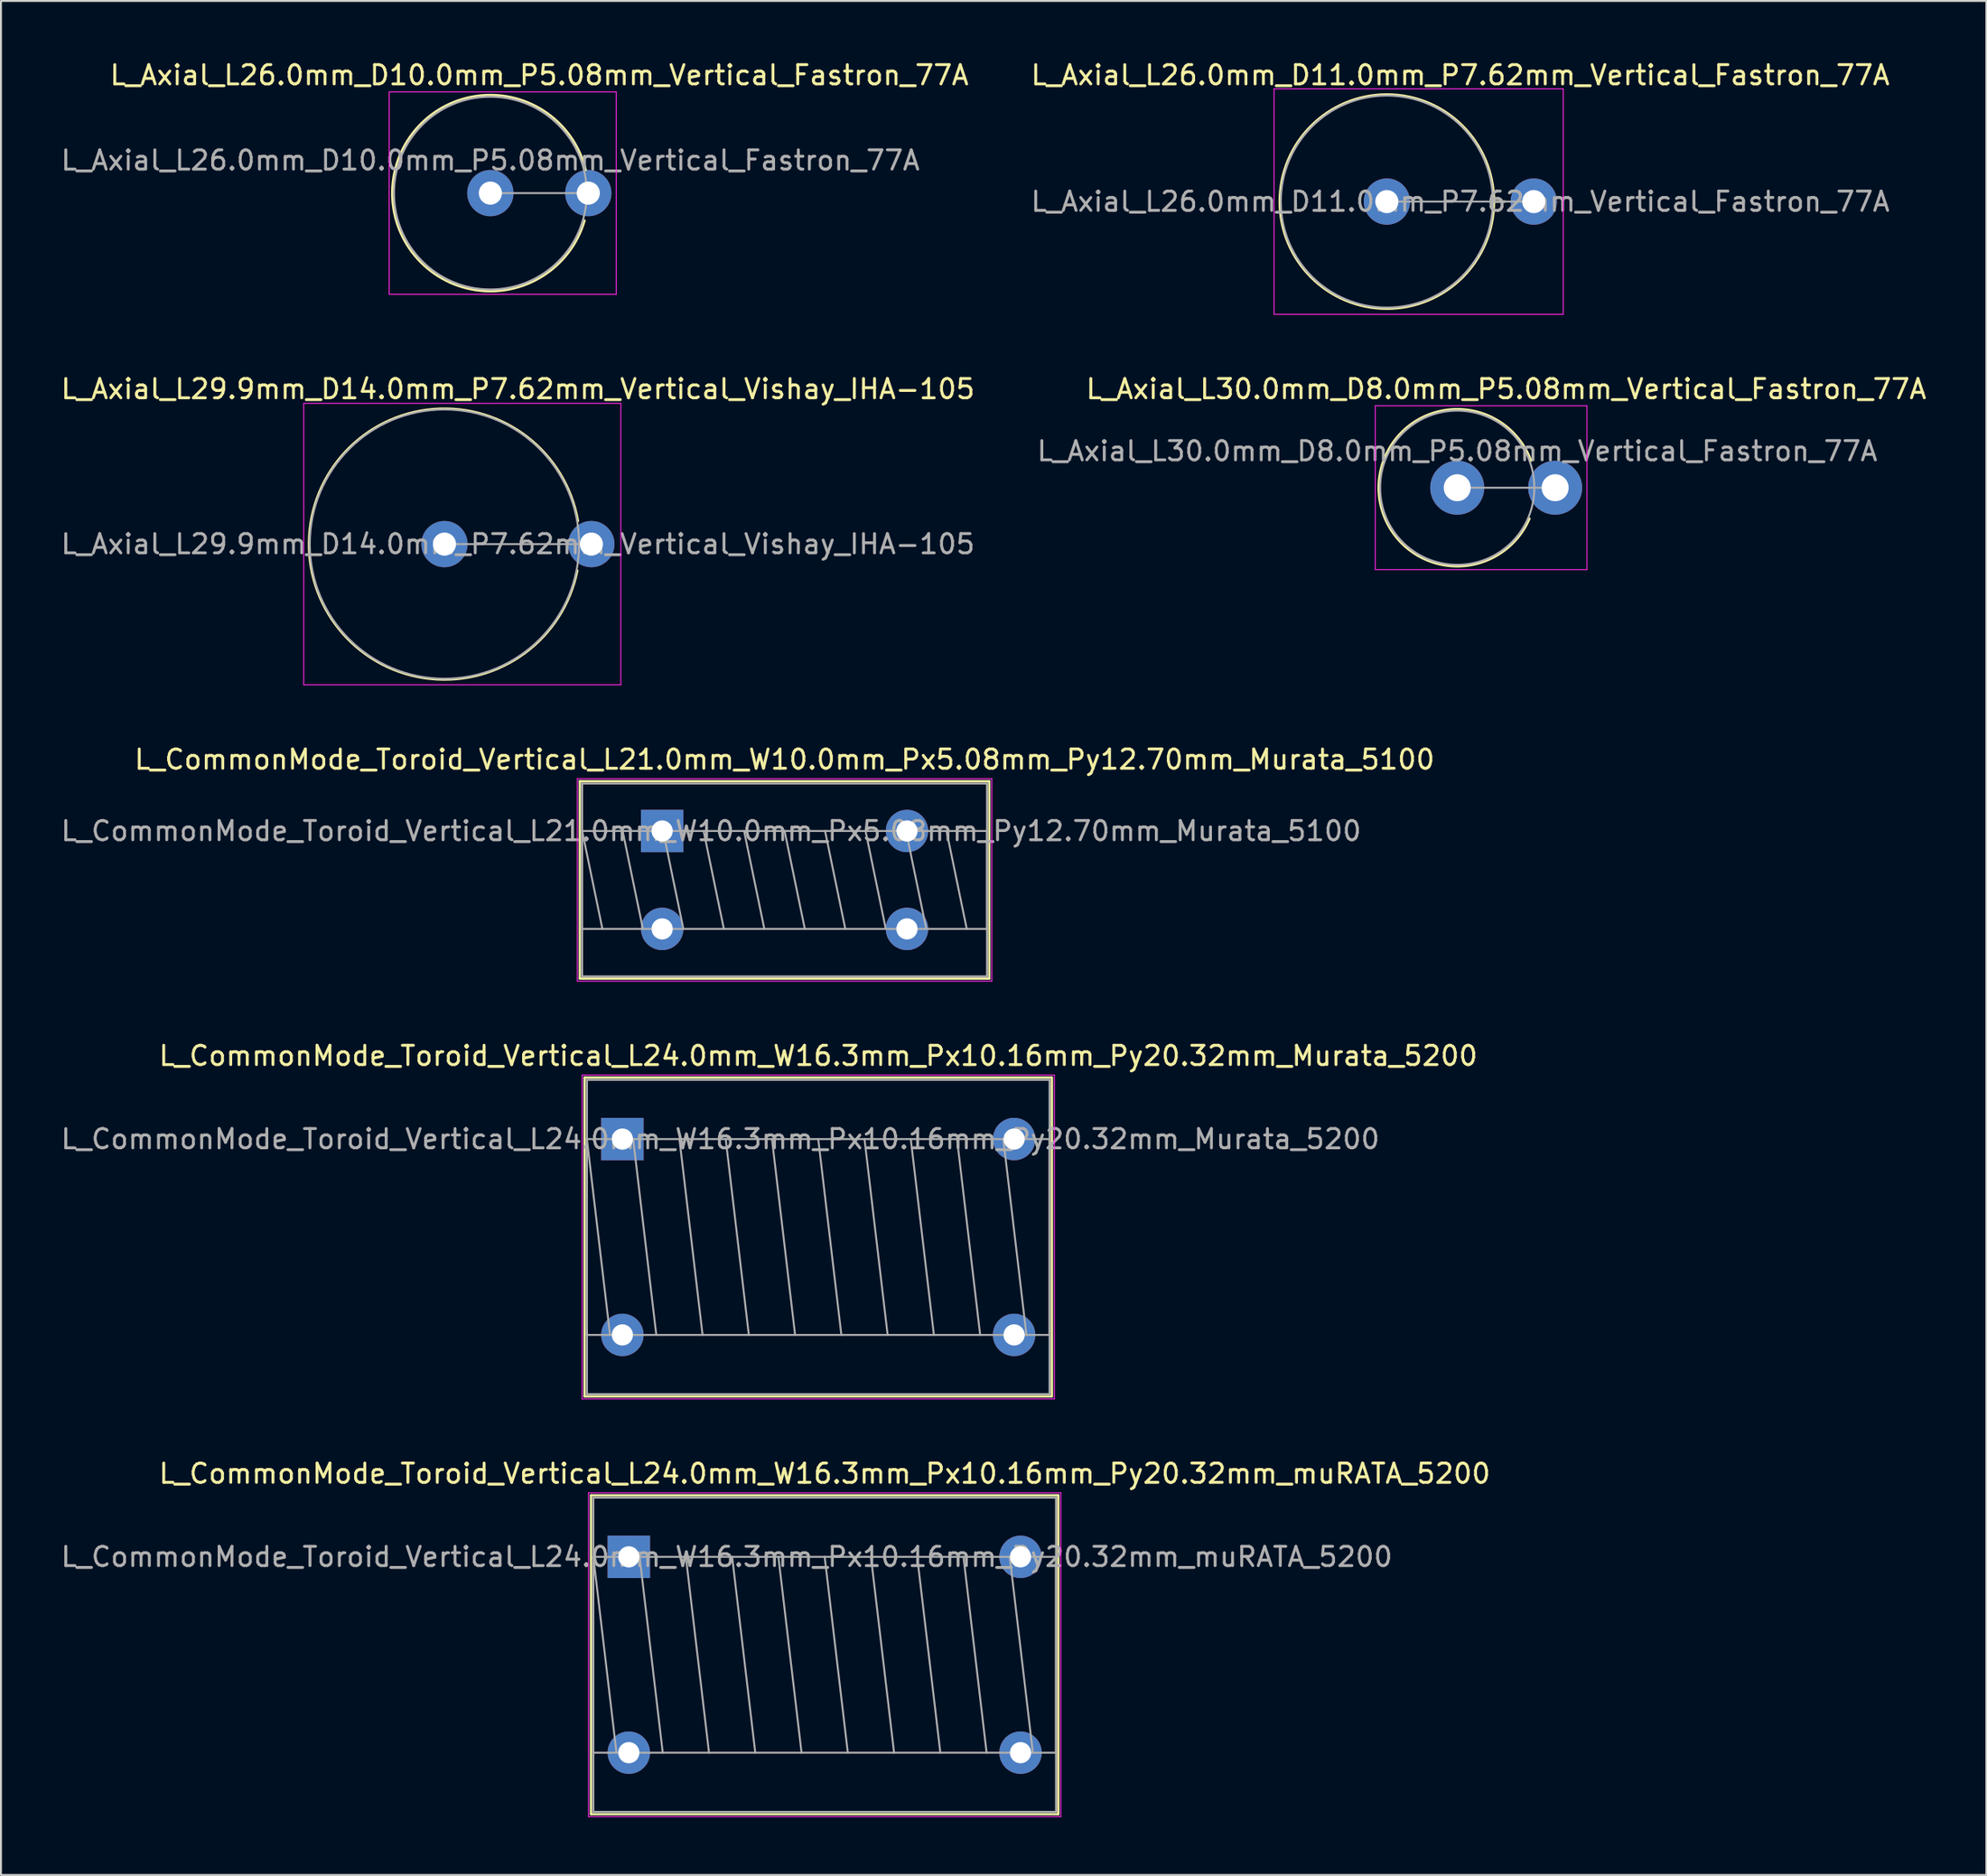
<source format=kicad_pcb>
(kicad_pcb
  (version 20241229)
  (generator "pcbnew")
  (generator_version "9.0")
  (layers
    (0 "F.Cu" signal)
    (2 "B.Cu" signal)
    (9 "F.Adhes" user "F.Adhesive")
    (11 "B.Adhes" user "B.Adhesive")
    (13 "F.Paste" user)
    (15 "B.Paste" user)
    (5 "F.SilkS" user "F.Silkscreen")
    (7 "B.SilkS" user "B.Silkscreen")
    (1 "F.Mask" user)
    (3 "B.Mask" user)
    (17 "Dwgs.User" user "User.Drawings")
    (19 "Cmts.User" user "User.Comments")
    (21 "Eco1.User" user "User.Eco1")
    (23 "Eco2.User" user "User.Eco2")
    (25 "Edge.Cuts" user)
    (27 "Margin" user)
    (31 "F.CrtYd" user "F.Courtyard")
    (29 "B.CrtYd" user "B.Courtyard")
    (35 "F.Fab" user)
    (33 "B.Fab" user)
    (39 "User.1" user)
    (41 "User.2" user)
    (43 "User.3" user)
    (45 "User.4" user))
  (footprint "L_Axial_L26.0mm_D11.0mm_P7.62mm_Vertical_Fastron_77A"
    (layer "F.Cu")
    (at 68.891 7.408)
    (property "Reference" "L_Axial_L26.0mm_D11.0mm_P7.62mm_Vertical_Fastron_77A" (at 3.81 -6.56 0) (layer "F.SilkS") (effects (font (size 1 1) (thickness 0.15))))
    (attr through_hole)
    (fp_line (start 5.56 0) (end 6.12 0) (stroke (width 0.12) (type solid)) (layer "F.SilkS"))
    (fp_circle (center 0 0) (end 5.56 0) (stroke (width 0.12) (type solid)) (fill no) (layer "F.SilkS"))
    (fp_line (start -5.85 -5.85) (end -5.85 5.85) (stroke (width 0.05) (type solid)) (layer "F.CrtYd"))
    (fp_line (start -5.85 5.85) (end 9.15 5.85) (stroke (width 0.05) (type solid)) (layer "F.CrtYd"))
    (fp_line (start 9.15 -5.85) (end -5.85 -5.85) (stroke (width 0.05) (type solid)) (layer "F.CrtYd"))
    (fp_line (start 9.15 5.85) (end 9.15 -5.85) (stroke (width 0.05) (type solid)) (layer "F.CrtYd"))
    (fp_line (start 0 0) (end 7.62 0) (stroke (width 0.1) (type solid)) (layer "F.Fab"))
    (fp_circle (center 0 0) (end 5.5 0) (stroke (width 0.1) (type solid)) (fill no) (layer "F.Fab"))
    (fp_text user "${REFERENCE}" (at 3.81 0 0) (layer "F.Fab") (effects (font (size 1 1) (thickness 0.15))))
    (pad "1" thru_hole circle (at 0 0) (size 2.4 2.4) (drill 1.2) (layers "*.Cu" "*.Mask"))
    (pad "2" thru_hole oval (at 7.62 0) (size 2.4 2.4) (drill 1.2) (layers "*.Cu" "*.Mask")))
  (footprint "L_Axial_L29.9mm_D14.0mm_P7.62mm_Vertical_Vishay_IHA-105"
    (layer "F.Cu")
    (at 20.005 25.177)
    (property "Reference" "L_Axial_L29.9mm_D14.0mm_P7.62mm_Vertical_Vishay_IHA-105" (at 3.81 -8.045 0) (layer "F.SilkS") (effects (font (size 1 1) (thickness 0.15))))
    (attr through_hole)
    (fp_arc (start 6.893528 1.373753) (mid -7.028522 -0.08837) (end 6.925888 -1.2) (stroke (width 0.12) (type solid)) (layer "F.SilkS"))
    (fp_line (start -7.3 -7.3) (end -7.3 7.3) (stroke (width 0.05) (type solid)) (layer "F.CrtYd"))
    (fp_line (start -7.3 7.3) (end 9.15 7.3) (stroke (width 0.05) (type solid)) (layer "F.CrtYd"))
    (fp_line (start 9.15 -7.3) (end -7.3 -7.3) (stroke (width 0.05) (type solid)) (layer "F.CrtYd"))
    (fp_line (start 9.15 7.3) (end 9.15 -7.3) (stroke (width 0.05) (type solid)) (layer "F.CrtYd"))
    (fp_line (start 0 0) (end 7.62 0) (stroke (width 0.1) (type solid)) (layer "F.Fab"))
    (fp_circle (center 0 0) (end 6.985 0) (stroke (width 0.1) (type solid)) (fill no) (layer "F.Fab"))
    (fp_text user "${REFERENCE}" (at 3.81 0 0) (layer "F.Fab") (effects (font (size 1 1) (thickness 0.15))))
    (pad "1" thru_hole circle (at 0 0) (size 2.4 2.4) (drill 1.2) (layers "*.Cu" "*.Mask"))
    (pad "2" thru_hole oval (at 7.62 0) (size 2.4 2.4) (drill 1.2) (layers "*.Cu" "*.Mask")))
  (footprint "L_Axial_L30.0mm_D8.0mm_P5.08mm_Vertical_Fastron_77A"
    (layer "F.Cu")
    (at 72.542 22.252)
    (property "Reference" "L_Axial_L30.0mm_D8.0mm_P5.08mm_Vertical_Fastron_77A" (at 2.54 -5.12 0) (layer "F.SilkS") (effects (font (size 1 1) (thickness 0.15))))
    (attr through_hole)
    (fp_arc (start 3.747027 1.607417) (mid -4.075727 -0.11158) (end 3.82936 -1.4) (stroke (width 0.12) (type solid)) (layer "F.SilkS"))
    (fp_line (start -4.25 -4.25) (end -4.25 4.25) (stroke (width 0.05) (type solid)) (layer "F.CrtYd"))
    (fp_line (start -4.25 4.25) (end 6.73 4.25) (stroke (width 0.05) (type solid)) (layer "F.CrtYd"))
    (fp_line (start 6.73 -4.25) (end -4.25 -4.25) (stroke (width 0.05) (type solid)) (layer "F.CrtYd"))
    (fp_line (start 6.73 4.25) (end 6.73 -4.25) (stroke (width 0.05) (type solid)) (layer "F.CrtYd"))
    (fp_line (start 0 0) (end 5.08 0) (stroke (width 0.1) (type solid)) (layer "F.Fab"))
    (fp_circle (center 0 0) (end 4 0) (stroke (width 0.1) (type solid)) (fill no) (layer "F.Fab"))
    (fp_text user "${REFERENCE}" (at 0 -1.9 0) (layer "F.Fab") (effects (font (size 1 1) (thickness 0.15))))
    (pad "1" thru_hole circle (at 0 0) (size 2.8 2.8) (drill 1.4) (layers "*.Cu" "*.Mask"))
    (pad "2" thru_hole oval (at 5.08 0) (size 2.8 2.8) (drill 1.4) (layers "*.Cu" "*.Mask")))
  (footprint "L_Axial_L26.0mm_D10.0mm_P5.08mm_Vertical_Fastron_77A"
    (layer "F.Cu")
    (at 22.387 6.968)
    (property "Reference" "L_Axial_L26.0mm_D10.0mm_P5.08mm_Vertical_Fastron_77A" (at 2.54 -6.12 0) (layer "F.SilkS") (effects (font (size 1 1) (thickness 0.15))))
    (attr through_hole)
    (fp_arc (start 4.887113 1.424123) (mid -5.089062 -0.115982) (end 4.946918 -1.2) (stroke (width 0.12) (type solid)) (layer "F.SilkS"))
    (fp_line (start -5.25 -5.25) (end -5.25 5.25) (stroke (width 0.05) (type solid)) (layer "F.CrtYd"))
    (fp_line (start -5.25 5.25) (end 6.53 5.25) (stroke (width 0.05) (type solid)) (layer "F.CrtYd"))
    (fp_line (start 6.53 -5.25) (end -5.25 -5.25) (stroke (width 0.05) (type solid)) (layer "F.CrtYd"))
    (fp_line (start 6.53 5.25) (end 6.53 -5.25) (stroke (width 0.05) (type solid)) (layer "F.CrtYd"))
    (fp_line (start 0 0) (end 5.08 0) (stroke (width 0.1) (type solid)) (layer "F.Fab"))
    (fp_circle (center 0 0) (end 5 0) (stroke (width 0.1) (type solid)) (fill no) (layer "F.Fab"))
    (fp_text user "${REFERENCE}" (at 0 -1.7 0) (layer "F.Fab") (effects (font (size 1 1) (thickness 0.15))))
    (pad "1" thru_hole circle (at 0 0) (size 2.4 2.4) (drill 1.2) (layers "*.Cu" "*.Mask"))
    (pad "2" thru_hole oval (at 5.08 0) (size 2.4 2.4) (drill 1.2) (layers "*.Cu" "*.Mask")))
  (footprint "L_CommonMode_Toroid_Vertical_L21.0mm_W10.0mm_Px5.08mm_Py12.70mm_Murata_5100"
    (layer "F.Cu")
    (at 31.299 40.06)
    (property "Reference" "L_CommonMode_Toroid_Vertical_L21.0mm_W10.0mm_Px5.08mm_Py12.70mm_Murata_5100" (at 6.35 -3.71 0) (layer "F.SilkS") (effects (font (size 1 1) (thickness 0.15))))
    (attr through_hole)
    (fp_line (start -4.27 -2.58) (end -4.27 7.66) (stroke (width 0.12) (type solid)) (layer "F.SilkS"))
    (fp_line (start -4.27 -2.58) (end 16.97 -2.58) (stroke (width 0.12) (type solid)) (layer "F.SilkS"))
    (fp_line (start -4.27 7.66) (end 16.97 7.66) (stroke (width 0.12) (type solid)) (layer "F.SilkS"))
    (fp_line (start 16.97 -2.58) (end 16.97 7.66) (stroke (width 0.12) (type solid)) (layer "F.SilkS"))
    (fp_line (start -4.4 -2.71) (end -4.4 7.79) (stroke (width 0.05) (type solid)) (layer "F.CrtYd"))
    (fp_line (start -4.4 7.79) (end 17.1 7.79) (stroke (width 0.05) (type solid)) (layer "F.CrtYd"))
    (fp_line (start 17.1 -2.71) (end -4.4 -2.71) (stroke (width 0.05) (type solid)) (layer "F.CrtYd"))
    (fp_line (start 17.1 7.79) (end 17.1 -2.71) (stroke (width 0.05) (type solid)) (layer "F.CrtYd"))
    (fp_line (start -4.15 -2.46) (end -4.15 7.54) (stroke (width 0.1) (type solid)) (layer "F.Fab"))
    (fp_line (start -4.15 0) (end -4.15 5.08) (stroke (width 0.1) (type solid)) (layer "F.Fab"))
    (fp_line (start -4.15 0) (end -3.1 5.08) (stroke (width 0.1) (type solid)) (layer "F.Fab"))
    (fp_line (start -4.15 5.08) (end 16.85 5.08) (stroke (width 0.1) (type solid)) (layer "F.Fab"))
    (fp_line (start -4.15 7.54) (end 16.85 7.54) (stroke (width 0.1) (type solid)) (layer "F.Fab"))
    (fp_line (start -2.05 0) (end -1 5.08) (stroke (width 0.1) (type solid)) (layer "F.Fab"))
    (fp_line (start 0.05 0) (end 1.1 5.08) (stroke (width 0.1) (type solid)) (layer "F.Fab"))
    (fp_line (start 2.15 0) (end 3.2 5.08) (stroke (width 0.1) (type solid)) (layer "F.Fab"))
    (fp_line (start 4.25 0) (end 5.3 5.08) (stroke (width 0.1) (type solid)) (layer "F.Fab"))
    (fp_line (start 6.35 0) (end 7.4 5.08) (stroke (width 0.1) (type solid)) (layer "F.Fab"))
    (fp_line (start 8.45 0) (end 9.5 5.08) (stroke (width 0.1) (type solid)) (layer "F.Fab"))
    (fp_line (start 10.55 0) (end 11.6 5.08) (stroke (width 0.1) (type solid)) (layer "F.Fab"))
    (fp_line (start 12.65 0) (end 13.7 5.08) (stroke (width 0.1) (type solid)) (layer "F.Fab"))
    (fp_line (start 14.75 0) (end 15.8 5.08) (stroke (width 0.1) (type solid)) (layer "F.Fab"))
    (fp_line (start 16.85 -2.46) (end -4.15 -2.46) (stroke (width 0.1) (type solid)) (layer "F.Fab"))
    (fp_line (start 16.85 0) (end -4.15 0) (stroke (width 0.1) (type solid)) (layer "F.Fab"))
    (fp_line (start 16.85 5.08) (end 16.85 0) (stroke (width 0.1) (type solid)) (layer "F.Fab"))
    (fp_line (start 16.85 7.54) (end 16.85 -2.46) (stroke (width 0.1) (type solid)) (layer "F.Fab"))
    (fp_text user "${REFERENCE}" (at 2.54 0 0) (layer "F.Fab") (effects (font (size 1 1) (thickness 0.15))))
    (pad "1" thru_hole rect (at 0 0) (size 2.2 2.2) (drill 1.1) (layers "*.Cu" "*.Mask"))
    (pad "2" thru_hole circle (at 0 5.08) (size 2.2 2.2) (drill 1.1) (layers "*.Cu" "*.Mask"))
    (pad "3" thru_hole circle (at 12.7 5.08) (size 2.2 2.2) (drill 1.1) (layers "*.Cu" "*.Mask"))
    (pad "4" thru_hole circle (at 12.7 0) (size 2.2 2.2) (drill 1.1) (layers "*.Cu" "*.Mask")))
  (footprint "L_CommonMode_Toroid_Vertical_L24.0mm_W16.3mm_Px10.16mm_Py20.32mm_muRATA_5200"
    (layer "F.Cu")
    (at 29.569 77.716)
    (property "Reference" "L_CommonMode_Toroid_Vertical_L24.0mm_W16.3mm_Px10.16mm_Py20.32mm_muRATA_5200" (at 10.16 -4.32 0) (layer "F.SilkS") (effects (font (size 1 1) (thickness 0.15))))
    (attr through_hole)
    (fp_line (start -1.96 -3.19) (end -1.96 13.35) (stroke (width 0.12) (type solid)) (layer "F.SilkS"))
    (fp_line (start -1.96 -3.19) (end 22.28 -3.19) (stroke (width 0.12) (type solid)) (layer "F.SilkS"))
    (fp_line (start -1.96 13.35) (end 22.28 13.35) (stroke (width 0.12) (type solid)) (layer "F.SilkS"))
    (fp_line (start 22.28 -3.19) (end 22.28 13.35) (stroke (width 0.12) (type solid)) (layer "F.SilkS"))
    (fp_line (start -2.09 -3.32) (end -2.09 13.48) (stroke (width 0.05) (type solid)) (layer "F.CrtYd"))
    (fp_line (start -2.09 13.48) (end 22.41 13.48) (stroke (width 0.05) (type solid)) (layer "F.CrtYd"))
    (fp_line (start 22.41 -3.32) (end -2.09 -3.32) (stroke (width 0.05) (type solid)) (layer "F.CrtYd"))
    (fp_line (start 22.41 13.48) (end 22.41 -3.32) (stroke (width 0.05) (type solid)) (layer "F.CrtYd"))
    (fp_line (start -1.84 -3.07) (end -1.84 13.23) (stroke (width 0.1) (type solid)) (layer "F.Fab"))
    (fp_line (start -1.84 0) (end -1.84 10.16) (stroke (width 0.1) (type solid)) (layer "F.Fab"))
    (fp_line (start -1.84 0) (end -0.64 10.16) (stroke (width 0.1) (type solid)) (layer "F.Fab"))
    (fp_line (start -1.84 10.16) (end 22.16 10.16) (stroke (width 0.1) (type solid)) (layer "F.Fab"))
    (fp_line (start -1.84 13.23) (end 22.16 13.23) (stroke (width 0.1) (type solid)) (layer "F.Fab"))
    (fp_line (start 0.56 0) (end 1.76 10.16) (stroke (width 0.1) (type solid)) (layer "F.Fab"))
    (fp_line (start 2.96 0) (end 4.16 10.16) (stroke (width 0.1) (type solid)) (layer "F.Fab"))
    (fp_line (start 5.36 0) (end 6.56 10.16) (stroke (width 0.1) (type solid)) (layer "F.Fab"))
    (fp_line (start 7.76 0) (end 8.96 10.16) (stroke (width 0.1) (type solid)) (layer "F.Fab"))
    (fp_line (start 10.16 0) (end 11.36 10.16) (stroke (width 0.1) (type solid)) (layer "F.Fab"))
    (fp_line (start 12.56 0) (end 13.76 10.16) (stroke (width 0.1) (type solid)) (layer "F.Fab"))
    (fp_line (start 14.96 0) (end 16.16 10.16) (stroke (width 0.1) (type solid)) (layer "F.Fab"))
    (fp_line (start 17.36 0) (end 18.56 10.16) (stroke (width 0.1) (type solid)) (layer "F.Fab"))
    (fp_line (start 19.76 0) (end 20.96 10.16) (stroke (width 0.1) (type solid)) (layer "F.Fab"))
    (fp_line (start 22.16 -3.07) (end -1.84 -3.07) (stroke (width 0.1) (type solid)) (layer "F.Fab"))
    (fp_line (start 22.16 0) (end -1.84 0) (stroke (width 0.1) (type solid)) (layer "F.Fab"))
    (fp_line (start 22.16 10.16) (end 22.16 0) (stroke (width 0.1) (type solid)) (layer "F.Fab"))
    (fp_line (start 22.16 13.23) (end 22.16 -3.07) (stroke (width 0.1) (type solid)) (layer "F.Fab"))
    (fp_text user "${REFERENCE}" (at 5.08 0 0) (layer "F.Fab") (effects (font (size 1 1) (thickness 0.15))))
    (pad "1" thru_hole rect (at 0 0) (size 2.2 2.2) (drill 1.1) (layers "*.Cu" "*.Mask"))
    (pad "2" thru_hole circle (at 0 10.16) (size 2.2 2.2) (drill 1.1) (layers "*.Cu" "*.Mask"))
    (pad "3" thru_hole circle (at 20.32 10.16) (size 2.2 2.2) (drill 1.1) (layers "*.Cu" "*.Mask"))
    (pad "4" thru_hole circle (at 20.32 0) (size 2.2 2.2) (drill 1.1) (layers "*.Cu" "*.Mask")))
  (footprint "L_CommonMode_Toroid_Vertical_L24.0mm_W16.3mm_Px10.16mm_Py20.32mm_Murata_5200"
    (layer "F.Cu")
    (at 29.235 56.043)
    (property "Reference" "L_CommonMode_Toroid_Vertical_L24.0mm_W16.3mm_Px10.16mm_Py20.32mm_Murata_5200" (at 10.16 -4.32 0) (layer "F.SilkS") (effects (font (size 1 1) (thickness 0.15))))
    (attr through_hole)
    (fp_line (start -1.96 -3.19) (end -1.96 13.35) (stroke (width 0.12) (type solid)) (layer "F.SilkS"))
    (fp_line (start -1.96 -3.19) (end 22.28 -3.19) (stroke (width 0.12) (type solid)) (layer "F.SilkS"))
    (fp_line (start -1.96 13.35) (end 22.28 13.35) (stroke (width 0.12) (type solid)) (layer "F.SilkS"))
    (fp_line (start 22.28 -3.19) (end 22.28 13.35) (stroke (width 0.12) (type solid)) (layer "F.SilkS"))
    (fp_line (start -2.09 -3.32) (end -2.09 13.48) (stroke (width 0.05) (type solid)) (layer "F.CrtYd"))
    (fp_line (start -2.09 13.48) (end 22.41 13.48) (stroke (width 0.05) (type solid)) (layer "F.CrtYd"))
    (fp_line (start 22.41 -3.32) (end -2.09 -3.32) (stroke (width 0.05) (type solid)) (layer "F.CrtYd"))
    (fp_line (start 22.41 13.48) (end 22.41 -3.32) (stroke (width 0.05) (type solid)) (layer "F.CrtYd"))
    (fp_line (start -1.84 -3.07) (end -1.84 13.23) (stroke (width 0.1) (type solid)) (layer "F.Fab"))
    (fp_line (start -1.84 0) (end -1.84 10.16) (stroke (width 0.1) (type solid)) (layer "F.Fab"))
    (fp_line (start -1.84 0) (end -0.64 10.16) (stroke (width 0.1) (type solid)) (layer "F.Fab"))
    (fp_line (start -1.84 10.16) (end 22.16 10.16) (stroke (width 0.1) (type solid)) (layer "F.Fab"))
    (fp_line (start -1.84 13.23) (end 22.16 13.23) (stroke (width 0.1) (type solid)) (layer "F.Fab"))
    (fp_line (start 0.56 0) (end 1.76 10.16) (stroke (width 0.1) (type solid)) (layer "F.Fab"))
    (fp_line (start 2.96 0) (end 4.16 10.16) (stroke (width 0.1) (type solid)) (layer "F.Fab"))
    (fp_line (start 5.36 0) (end 6.56 10.16) (stroke (width 0.1) (type solid)) (layer "F.Fab"))
    (fp_line (start 7.76 0) (end 8.96 10.16) (stroke (width 0.1) (type solid)) (layer "F.Fab"))
    (fp_line (start 10.16 0) (end 11.36 10.16) (stroke (width 0.1) (type solid)) (layer "F.Fab"))
    (fp_line (start 12.56 0) (end 13.76 10.16) (stroke (width 0.1) (type solid)) (layer "F.Fab"))
    (fp_line (start 14.96 0) (end 16.16 10.16) (stroke (width 0.1) (type solid)) (layer "F.Fab"))
    (fp_line (start 17.36 0) (end 18.56 10.16) (stroke (width 0.1) (type solid)) (layer "F.Fab"))
    (fp_line (start 19.76 0) (end 20.96 10.16) (stroke (width 0.1) (type solid)) (layer "F.Fab"))
    (fp_line (start 22.16 -3.07) (end -1.84 -3.07) (stroke (width 0.1) (type solid)) (layer "F.Fab"))
    (fp_line (start 22.16 0) (end -1.84 0) (stroke (width 0.1) (type solid)) (layer "F.Fab"))
    (fp_line (start 22.16 10.16) (end 22.16 0) (stroke (width 0.1) (type solid)) (layer "F.Fab"))
    (fp_line (start 22.16 13.23) (end 22.16 -3.07) (stroke (width 0.1) (type solid)) (layer "F.Fab"))
    (fp_text user "${REFERENCE}" (at 5.08 0 0) (layer "F.Fab") (effects (font (size 1 1) (thickness 0.15))))
    (pad "1" thru_hole rect (at 0 0) (size 2.2 2.2) (drill 1.1) (layers "*.Cu" "*.Mask"))
    (pad "2" thru_hole circle (at 0 10.16) (size 2.2 2.2) (drill 1.1) (layers "*.Cu" "*.Mask"))
    (pad "3" thru_hole circle (at 20.32 10.16) (size 2.2 2.2) (drill 1.1) (layers "*.Cu" "*.Mask"))
    (pad "4" thru_hole circle (at 20.32 0) (size 2.2 2.2) (drill 1.1) (layers "*.Cu" "*.Mask")))
  (gr_rect
    (start -3 -3)
    (end 99.992 94.221)
    (stroke (width 0.1) (type default))
    (fill no)
    (layer "Edge.Cuts")))
</source>
